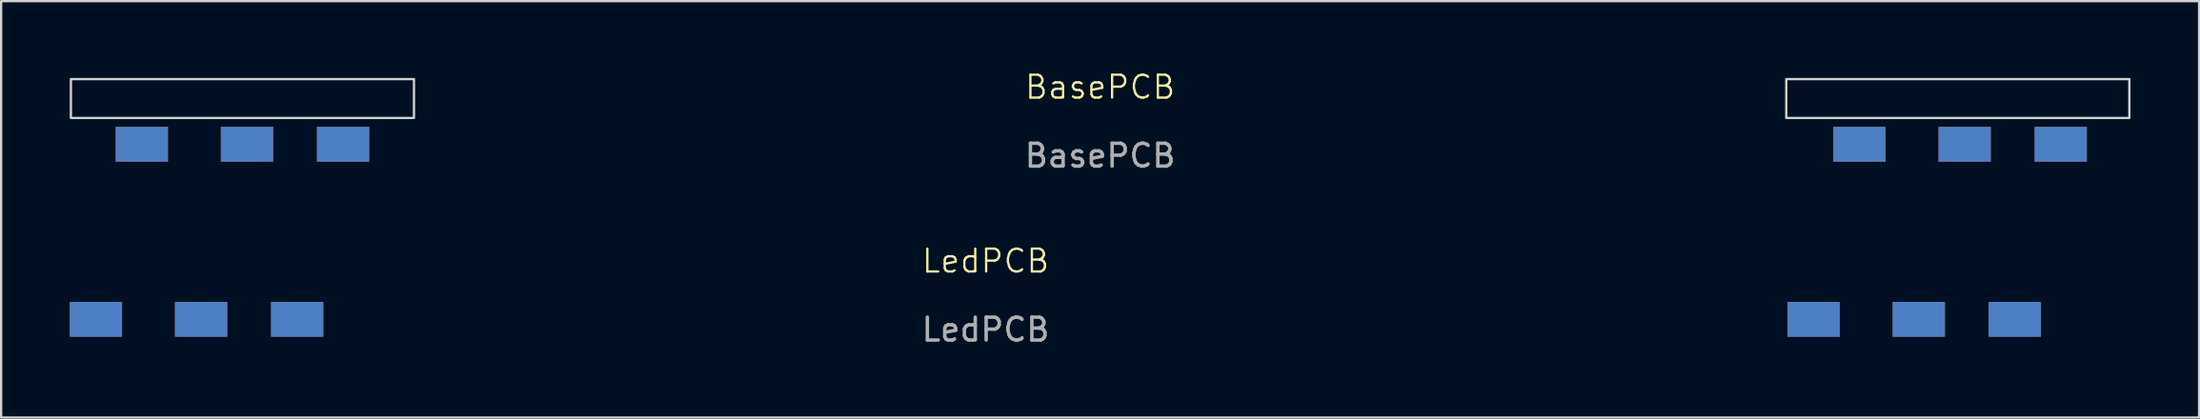
<source format=kicad_pcb>
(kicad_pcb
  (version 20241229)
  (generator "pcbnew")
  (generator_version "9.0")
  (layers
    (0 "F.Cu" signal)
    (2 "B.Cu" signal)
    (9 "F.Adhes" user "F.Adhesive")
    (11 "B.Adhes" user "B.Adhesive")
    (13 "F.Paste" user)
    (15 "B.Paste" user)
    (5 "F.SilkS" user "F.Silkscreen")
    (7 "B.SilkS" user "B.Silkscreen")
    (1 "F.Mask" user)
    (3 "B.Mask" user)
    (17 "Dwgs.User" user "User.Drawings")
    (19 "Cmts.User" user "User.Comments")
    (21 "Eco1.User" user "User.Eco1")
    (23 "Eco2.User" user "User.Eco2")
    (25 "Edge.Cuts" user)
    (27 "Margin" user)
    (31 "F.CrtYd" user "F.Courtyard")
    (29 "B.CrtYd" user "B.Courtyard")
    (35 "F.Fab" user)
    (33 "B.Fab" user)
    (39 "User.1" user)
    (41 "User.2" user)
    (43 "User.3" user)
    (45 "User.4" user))
  (footprint "LedPCB"
    (layer "F.Cu")
    (at 40.043 8.869)
    (property "Reference" "LedPCB" (at 0 -0.5 0) (unlocked yes) (layer "F.SilkS") (effects (font (size 1 1) (thickness 0.1))))
    (attr smd)
    (fp_text user "${REFERENCE}" (at 0 2.5 0) (unlocked yes) (layer "F.Fab") (effects (font (size 1 1) (thickness 0.15))))
    (pad "1" smd custom (at -38.9 2.05) (size 2.286 1.524) (layers "F.Cu" "F.Mask" "F.Paste") (options (anchor rect)) (primitives (gr_bbox (start -1 -1) (end 1 4) (fill no)) (gr_bbox (start -1 -8) (end 1 0) (fill no))))
    (pad "1" smd custom (at -38.9 2.05) (size 2.286 1.524) (layers "F.Mask" "B.Cu" "F.Paste") (options (anchor rect)) (primitives (gr_bbox (start -1 -1) (end 1 4) (fill no)) (gr_bbox (start -1 -8) (end 1 0) (fill no))))
    (pad "2" smd custom (at -34.3 2.05) (size 2.286 1.524) (layers "F.Cu" "F.Mask" "F.Paste") (options (anchor rect)) (primitives (gr_bbox (start -1 -1) (end 1 4) (fill no)) (gr_bbox (start -1 -8) (end 1 0) (fill no))))
    (pad "2" smd custom (at -34.3 2.05) (size 2.286 1.524) (layers "F.Mask" "B.Cu" "F.Paste") (options (anchor rect)) (primitives (gr_bbox (start -1 -1) (end 1 4) (fill no)) (gr_bbox (start -1 -8) (end 1 0) (fill no))))
    (pad "3" smd custom (at -30.1 2.05) (size 2.286 1.524) (layers "F.Cu" "F.Mask" "F.Paste") (options (anchor rect)) (primitives (gr_bbox (start -1 -1) (end 1 4) (fill no)) (gr_bbox (start -1 -8) (end 1 0) (fill no))))
    (pad "3" smd custom (at -30.1 2.05) (size 2.286 1.524) (layers "F.Mask" "B.Cu" "F.Paste") (options (anchor rect)) (primitives (gr_bbox (start -1 -1) (end 1 4) (fill no)) (gr_bbox (start -1 -8) (end 1 0) (fill no))))
    (pad "4" smd custom (at 36.2 2.05) (size 2.286 1.524) (layers "F.Cu" "F.Mask" "F.Paste") (options (anchor rect)) (primitives (gr_bbox (start -1 -1) (end 1 4) (fill no)) (gr_bbox (start -1 -8) (end 1 0) (fill no))))
    (pad "4" smd custom (at 36.2 2.05) (size 2.286 1.524) (layers "F.Mask" "B.Cu" "F.Paste") (options (anchor rect)) (primitives (gr_bbox (start -1 -1) (end 1 4) (fill no)) (gr_bbox (start -1 -8) (end 1 0) (fill no))))
    (pad "5" smd custom (at 40.8 2.05) (size 2.286 1.524) (layers "F.Cu" "F.Mask" "F.Paste") (options (anchor rect)) (primitives (gr_bbox (start -1 -1) (end 1 4) (fill no)) (gr_bbox (start -1 -8) (end 1 0) (fill no))))
    (pad "5" smd custom (at 40.8 2.05) (size 2.286 1.524) (layers "F.Mask" "B.Cu" "F.Paste") (options (anchor rect)) (primitives (gr_bbox (start -1 -1) (end 1 4) (fill no)) (gr_bbox (start -1 -8) (end 1 0) (fill no))))
    (pad "6" smd custom (at 45 2.05) (size 2.286 1.524) (layers "F.Cu" "F.Mask" "F.Paste") (options (anchor rect)) (primitives (gr_bbox (start -1 -1) (end 1 4) (fill no)) (gr_bbox (start -1 -8) (end 1 0) (fill no))))
    (pad "6" smd custom (at 45 2.05) (size 2.286 1.524) (layers "F.Mask" "B.Cu" "F.Paste") (options (anchor rect)) (primitives (gr_bbox (start -1 -1) (end 1 4) (fill no)) (gr_bbox (start -1 -8) (end 1 0) (fill no)))))
  (footprint "BasePCB"
    (layer "F.Cu")
    (at 45.05 1.26)
    (property "Reference" "BasePCB" (at 0 -0.5 0) (unlocked yes) (layer "F.SilkS") (effects (font (size 1 1) (thickness 0.1))))
    (attr smd)
    (fp_rect (start -45 0.85) (end -30 -0.85) (stroke (width 0.1) (type default)) (fill no) (layer "Edge.Cuts"))
    (fp_rect (start 30 0.85) (end 45 -0.85) (stroke (width 0.1) (type default)) (fill no) (layer "Edge.Cuts"))
    (fp_text user "${REFERENCE}" (at 0 2.5 0) (unlocked yes) (layer "F.Fab") (effects (font (size 1 1) (thickness 0.15))))
    (pad "1" smd custom (at -41.9 2) (size 2.286 1.524) (layers "F.Cu" "F.Mask" "F.Paste") (options (anchor rect)) (primitives (gr_bbox (start -1 -1) (end 1 4) (fill yes)) (gr_bbox (start -1 -8) (end 1 -3) (fill yes))))
    (pad "1" smd custom (at -41.9 2) (size 2.286 1.524) (layers "F.Mask" "B.Cu" "F.Paste") (options (anchor rect)) (primitives (gr_bbox (start -1 -1) (end 1 4) (fill no)) (gr_bbox (start -1 -8) (end 1 -3) (fill no))))
    (pad "2" smd custom (at -37.3 2) (size 2.286 1.524) (layers "F.Cu" "F.Mask" "F.Paste") (options (anchor rect)) (primitives (gr_bbox (start -1 -1) (end 1 4) (fill no)) (gr_bbox (start -1 -8) (end 1 -3) (fill no))))
    (pad "2" smd custom (at -37.3 2) (size 2.286 1.524) (layers "F.Mask" "B.Cu" "F.Paste") (options (anchor rect)) (primitives (gr_bbox (start -1 -1) (end 1 4) (fill no)) (gr_bbox (start -1 -8) (end 1 -3) (fill no))))
    (pad "3" smd custom (at -33.1 2) (size 2.286 1.524) (layers "F.Cu" "F.Mask" "F.Paste") (options (anchor rect)) (primitives (gr_bbox (start -1 -1) (end 1 4) (fill no)) (gr_bbox (start -1 -8) (end 1 -3) (fill no))))
    (pad "3" smd custom (at -33.1 2) (size 2.286 1.524) (layers "F.Mask" "B.Cu" "F.Paste") (options (anchor rect)) (primitives (gr_bbox (start -1 -1) (end 1 4) (fill no)) (gr_bbox (start -1 -8) (end 1 -3) (fill no))))
    (pad "4" smd custom (at 33.2 2) (size 2.286 1.524) (layers "F.Cu" "F.Mask" "F.Paste") (options (anchor rect)) (primitives (gr_bbox (start -1 -1) (end 1 4) (fill no)) (gr_bbox (start -1 -8) (end 1 -3) (fill no))))
    (pad "4" smd custom (at 33.2 2) (size 2.286 1.524) (layers "F.Mask" "B.Cu" "F.Paste") (options (anchor rect)) (primitives (gr_bbox (start -1 -1) (end 1 4) (fill no)) (gr_bbox (start -1 -8) (end 1 -3) (fill no))))
    (pad "5" smd custom (at 37.8 2) (size 2.286 1.524) (layers "F.Cu" "F.Mask" "F.Paste") (options (anchor rect)) (primitives (gr_bbox (start -1 -1) (end 1 4) (fill no)) (gr_bbox (start -1 -8) (end 1 -3) (fill no))))
    (pad "5" smd custom (at 37.8 2) (size 2.286 1.524) (layers "F.Mask" "B.Cu" "F.Paste") (options (anchor rect)) (primitives (gr_bbox (start -1 -1) (end 1 4) (fill no)) (gr_bbox (start -1 -8) (end 1 -3) (fill no))))
    (pad "6" smd custom (at 42 2) (size 2.286 1.524) (layers "F.Cu" "F.Mask" "F.Paste") (options (anchor rect)) (primitives (gr_bbox (start -1 -1) (end 1 4) (fill no)) (gr_bbox (start -1 -8) (end 1 -3) (fill no))))
    (pad "6" smd custom (at 42 2) (size 2.286 1.524) (layers "F.Mask" "B.Cu" "F.Paste") (options (anchor rect)) (primitives (gr_bbox (start -1 -1) (end 1 4) (fill no)) (gr_bbox (start -1 -8) (end 1 -3) (fill no)))))
  (gr_rect
    (start -3 -3)
    (end 93.1 15.217)
    (stroke (width 0.1) (type default))
    (fill no)
    (layer "Edge.Cuts")))
</source>
